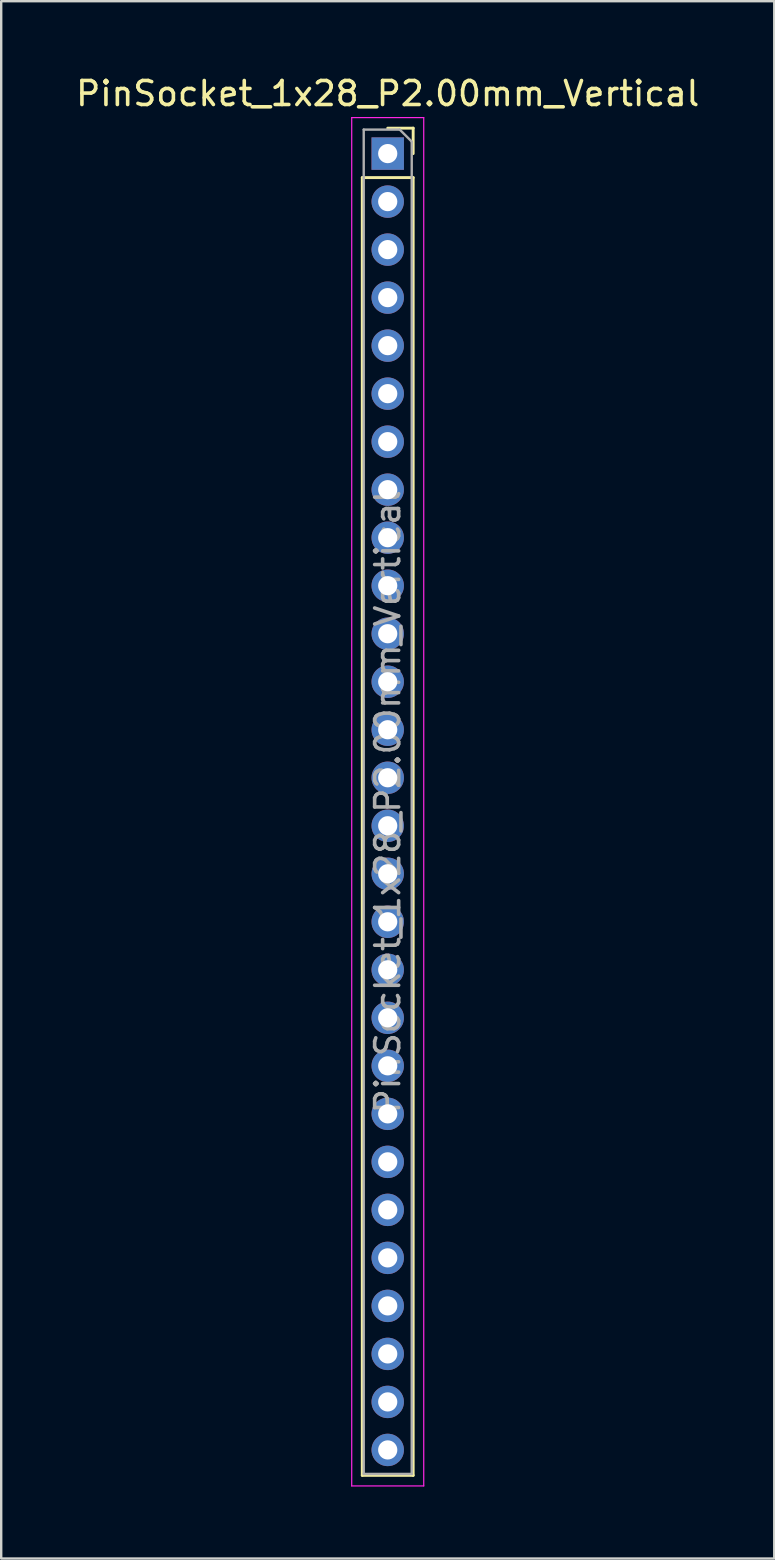
<source format=kicad_pcb>
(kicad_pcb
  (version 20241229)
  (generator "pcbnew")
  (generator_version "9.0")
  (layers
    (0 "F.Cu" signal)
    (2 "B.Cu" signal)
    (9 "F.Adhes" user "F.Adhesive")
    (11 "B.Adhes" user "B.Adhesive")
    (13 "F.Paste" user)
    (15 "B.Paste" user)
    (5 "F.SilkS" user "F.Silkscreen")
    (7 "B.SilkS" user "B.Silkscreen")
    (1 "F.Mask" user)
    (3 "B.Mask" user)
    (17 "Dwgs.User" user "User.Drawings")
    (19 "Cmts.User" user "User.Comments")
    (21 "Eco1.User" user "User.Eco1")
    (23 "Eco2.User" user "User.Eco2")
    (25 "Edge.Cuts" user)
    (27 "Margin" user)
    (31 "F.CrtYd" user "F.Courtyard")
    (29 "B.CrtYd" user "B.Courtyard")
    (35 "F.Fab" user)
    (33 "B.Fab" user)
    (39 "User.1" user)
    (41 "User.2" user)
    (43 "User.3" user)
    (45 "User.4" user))
  (footprint "PinSocket_1x28_P2.00mm_Vertical"
    (layer "F.Cu")
    (at 13.101 3.348)
    (property "Reference" "PinSocket_1x28_P2.00mm_Vertical" (at 0 -2.5 0) (layer "F.SilkS") (effects (font (size 1 1) (thickness 0.15))))
    (attr through_hole)
    (fp_line (start -1.06 1) (end -1.06 55.06) (stroke (width 0.12) (type solid)) (layer "F.SilkS"))
    (fp_line (start -1.06 1) (end 1.06 1) (stroke (width 0.12) (type solid)) (layer "F.SilkS"))
    (fp_line (start -1.06 55.06) (end 1.06 55.06) (stroke (width 0.12) (type solid)) (layer "F.SilkS"))
    (fp_line (start 0 -1.06) (end 1.06 -1.06) (stroke (width 0.12) (type solid)) (layer "F.SilkS"))
    (fp_line (start 1.06 -1.06) (end 1.06 0) (stroke (width 0.12) (type solid)) (layer "F.SilkS"))
    (fp_line (start 1.06 1) (end 1.06 55.06) (stroke (width 0.12) (type solid)) (layer "F.SilkS"))
    (fp_line (start -1.5 -1.5) (end 1.5 -1.5) (stroke (width 0.05) (type solid)) (layer "F.CrtYd"))
    (fp_line (start -1.5 55.5) (end -1.5 -1.5) (stroke (width 0.05) (type solid)) (layer "F.CrtYd"))
    (fp_line (start 1.5 -1.5) (end 1.5 55.5) (stroke (width 0.05) (type solid)) (layer "F.CrtYd"))
    (fp_line (start 1.5 55.5) (end -1.5 55.5) (stroke (width 0.05) (type solid)) (layer "F.CrtYd"))
    (fp_line (start -1 -1) (end 0.5 -1) (stroke (width 0.1) (type solid)) (layer "F.Fab"))
    (fp_line (start -1 55) (end -1 -1) (stroke (width 0.1) (type solid)) (layer "F.Fab"))
    (fp_line (start 0.5 -1) (end 1 -0.5) (stroke (width 0.1) (type solid)) (layer "F.Fab"))
    (fp_line (start 1 -0.5) (end 1 55) (stroke (width 0.1) (type solid)) (layer "F.Fab"))
    (fp_line (start 1 55) (end -1 55) (stroke (width 0.1) (type solid)) (layer "F.Fab"))
    (fp_text user "${REFERENCE}" (at 0 27 90) (layer "F.Fab") (effects (font (size 1 1) (thickness 0.15))))
    (pad "1" thru_hole rect (at 0 0) (size 1.35 1.35) (drill 0.8) (layers "*.Cu" "*.Mask"))
    (pad "2" thru_hole oval (at 0 2) (size 1.35 1.35) (drill 0.8) (layers "*.Cu" "*.Mask"))
    (pad "3" thru_hole oval (at 0 4) (size 1.35 1.35) (drill 0.8) (layers "*.Cu" "*.Mask"))
    (pad "4" thru_hole oval (at 0 6) (size 1.35 1.35) (drill 0.8) (layers "*.Cu" "*.Mask"))
    (pad "5" thru_hole oval (at 0 8) (size 1.35 1.35) (drill 0.8) (layers "*.Cu" "*.Mask"))
    (pad "6" thru_hole oval (at 0 10) (size 1.35 1.35) (drill 0.8) (layers "*.Cu" "*.Mask"))
    (pad "7" thru_hole oval (at 0 12) (size 1.35 1.35) (drill 0.8) (layers "*.Cu" "*.Mask"))
    (pad "8" thru_hole oval (at 0 14) (size 1.35 1.35) (drill 0.8) (layers "*.Cu" "*.Mask"))
    (pad "9" thru_hole oval (at 0 16) (size 1.35 1.35) (drill 0.8) (layers "*.Cu" "*.Mask"))
    (pad "10" thru_hole oval (at 0 18) (size 1.35 1.35) (drill 0.8) (layers "*.Cu" "*.Mask"))
    (pad "11" thru_hole oval (at 0 20) (size 1.35 1.35) (drill 0.8) (layers "*.Cu" "*.Mask"))
    (pad "12" thru_hole oval (at 0 22) (size 1.35 1.35) (drill 0.8) (layers "*.Cu" "*.Mask"))
    (pad "13" thru_hole oval (at 0 24) (size 1.35 1.35) (drill 0.8) (layers "*.Cu" "*.Mask"))
    (pad "14" thru_hole oval (at 0 26) (size 1.35 1.35) (drill 0.8) (layers "*.Cu" "*.Mask"))
    (pad "15" thru_hole oval (at 0 28) (size 1.35 1.35) (drill 0.8) (layers "*.Cu" "*.Mask"))
    (pad "16" thru_hole oval (at 0 30) (size 1.35 1.35) (drill 0.8) (layers "*.Cu" "*.Mask"))
    (pad "17" thru_hole oval (at 0 32) (size 1.35 1.35) (drill 0.8) (layers "*.Cu" "*.Mask"))
    (pad "18" thru_hole oval (at 0 34) (size 1.35 1.35) (drill 0.8) (layers "*.Cu" "*.Mask"))
    (pad "19" thru_hole oval (at 0 36) (size 1.35 1.35) (drill 0.8) (layers "*.Cu" "*.Mask"))
    (pad "20" thru_hole oval (at 0 38) (size 1.35 1.35) (drill 0.8) (layers "*.Cu" "*.Mask"))
    (pad "21" thru_hole oval (at 0 40) (size 1.35 1.35) (drill 0.8) (layers "*.Cu" "*.Mask"))
    (pad "22" thru_hole oval (at 0 42) (size 1.35 1.35) (drill 0.8) (layers "*.Cu" "*.Mask"))
    (pad "23" thru_hole oval (at 0 44) (size 1.35 1.35) (drill 0.8) (layers "*.Cu" "*.Mask"))
    (pad "24" thru_hole oval (at 0 46) (size 1.35 1.35) (drill 0.8) (layers "*.Cu" "*.Mask"))
    (pad "25" thru_hole oval (at 0 48) (size 1.35 1.35) (drill 0.8) (layers "*.Cu" "*.Mask"))
    (pad "26" thru_hole oval (at 0 50) (size 1.35 1.35) (drill 0.8) (layers "*.Cu" "*.Mask"))
    (pad "27" thru_hole oval (at 0 52) (size 1.35 1.35) (drill 0.8) (layers "*.Cu" "*.Mask"))
    (pad "28" thru_hole oval (at 0 54) (size 1.35 1.35) (drill 0.8) (layers "*.Cu" "*.Mask")))
  (gr_rect
    (start -3 -3)
    (end 29.202 61.873)
    (stroke (width 0.1) (type default))
    (fill no)
    (layer "Edge.Cuts")))
</source>
